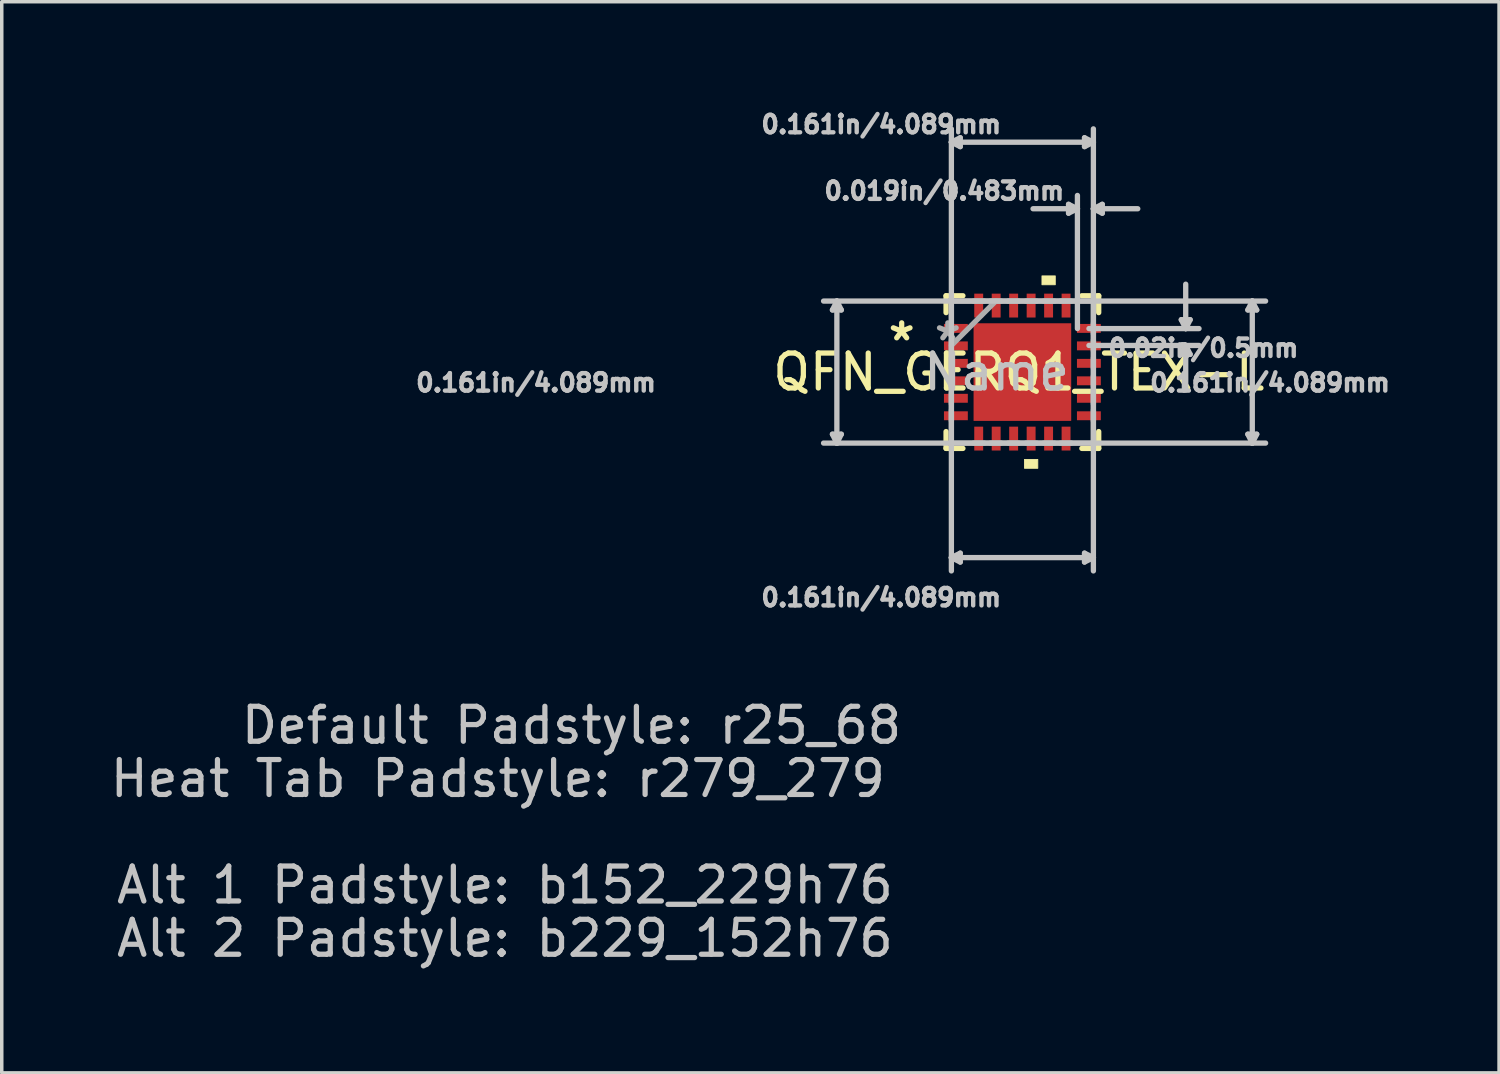
<source format=kicad_pcb>
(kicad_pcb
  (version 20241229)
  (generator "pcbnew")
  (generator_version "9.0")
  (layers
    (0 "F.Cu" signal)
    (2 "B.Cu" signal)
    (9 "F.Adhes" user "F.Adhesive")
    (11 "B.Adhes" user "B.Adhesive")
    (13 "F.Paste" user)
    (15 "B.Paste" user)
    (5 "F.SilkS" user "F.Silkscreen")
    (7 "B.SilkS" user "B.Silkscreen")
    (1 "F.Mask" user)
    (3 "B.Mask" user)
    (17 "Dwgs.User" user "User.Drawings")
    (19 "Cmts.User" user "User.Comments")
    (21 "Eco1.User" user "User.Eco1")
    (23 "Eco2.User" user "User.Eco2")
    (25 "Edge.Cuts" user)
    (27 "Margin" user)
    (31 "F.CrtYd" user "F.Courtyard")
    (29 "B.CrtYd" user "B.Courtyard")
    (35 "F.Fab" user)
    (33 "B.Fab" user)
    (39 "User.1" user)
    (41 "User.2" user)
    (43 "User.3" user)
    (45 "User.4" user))
  (footprint "QFN_GERQ1_TEX-L"
    (layer "F.Cu")
    (at 26.208 7.598)
    (property "Reference" "QFN_GERQ1_TEX-L" (at -0.102 0 0) (layer "F.SilkS") (effects (font (size 1 1) (thickness 0.15))))
    (attr smd)
    (fp_line (start -2.184 -2.184) (end -2.184 -1.702) (stroke (width 0.152) (type solid)) (layer "F.SilkS"))
    (fp_line (start -2.184 1.702) (end -2.184 2.184) (stroke (width 0.152) (type solid)) (layer "F.SilkS"))
    (fp_line (start -2.184 2.184) (end -1.702 2.184) (stroke (width 0.152) (type solid)) (layer "F.SilkS"))
    (fp_line (start -1.702 -2.184) (end -2.184 -2.184) (stroke (width 0.152) (type solid)) (layer "F.SilkS"))
    (fp_line (start 1.702 2.184) (end 2.184 2.184) (stroke (width 0.152) (type solid)) (layer "F.SilkS"))
    (fp_line (start 2.184 -2.184) (end 1.702 -2.184) (stroke (width 0.152) (type solid)) (layer "F.SilkS"))
    (fp_line (start 2.184 -1.702) (end 2.184 -2.184) (stroke (width 0.152) (type solid)) (layer "F.SilkS"))
    (fp_line (start 2.184 2.184) (end 2.184 1.702) (stroke (width 0.152) (type solid)) (layer "F.SilkS"))
    (fp_poly (pts (xy 0.06 2.499) (xy 0.06 2.753) (xy 0.441 2.753) (xy 0.441 2.499)) (stroke (width 0.025) (type solid)) (fill yes) (layer "F.SilkS"))
    (fp_poly (pts (xy 0.56 -2.499) (xy 0.56 -2.753) (xy 0.941 -2.753) (xy 0.941 -2.499)) (stroke (width 0.025) (type solid)) (fill yes) (layer "F.SilkS"))
    (fp_poly (pts (xy -1.297 -1.297) (xy -1.297 -0.1) (xy -0.1 -0.1) (xy -0.1 -1.297)) (stroke (width 0.025) (type solid)) (fill yes) (layer "F.Paste"))
    (fp_poly (pts (xy -1.297 0.1) (xy -1.297 1.297) (xy -0.1 1.297) (xy -0.1 0.1)) (stroke (width 0.025) (type solid)) (fill yes) (layer "F.Paste"))
    (fp_poly (pts (xy 0.1 -1.297) (xy 0.1 -0.1) (xy 1.297 -0.1) (xy 1.297 -1.297)) (stroke (width 0.025) (type solid)) (fill yes) (layer "F.Paste"))
    (fp_poly (pts (xy 0.1 0.1) (xy 0.1 1.297) (xy 1.297 1.297) (xy 1.297 0.1)) (stroke (width 0.025) (type solid)) (fill yes) (layer "F.Paste"))
    (fp_line (start -5.436 -1.778) (end -5.182 -1.778) (stroke (width 0.152) (type solid)) (layer "Dwgs.User"))
    (fp_line (start -5.436 1.778) (end -5.182 1.778) (stroke (width 0.152) (type solid)) (layer "Dwgs.User"))
    (fp_line (start -5.309 -2.032) (end -5.69 -2.032) (stroke (width 0.152) (type solid)) (layer "Dwgs.User"))
    (fp_line (start -5.309 -2.032) (end -5.436 -1.778) (stroke (width 0.152) (type solid)) (layer "Dwgs.User"))
    (fp_line (start -5.309 -2.032) (end -5.309 2.032) (stroke (width 0.152) (type solid)) (layer "Dwgs.User"))
    (fp_line (start -5.309 -2.032) (end -5.182 -1.778) (stroke (width 0.152) (type solid)) (layer "Dwgs.User"))
    (fp_line (start -5.309 2.032) (end -5.69 2.032) (stroke (width 0.152) (type solid)) (layer "Dwgs.User"))
    (fp_line (start -5.309 2.032) (end -5.436 1.778) (stroke (width 0.152) (type solid)) (layer "Dwgs.User"))
    (fp_line (start -5.309 2.032) (end -5.182 1.778) (stroke (width 0.152) (type solid)) (layer "Dwgs.User"))
    (fp_line (start -2.032 -6.579) (end -2.032 -6.96) (stroke (width 0.152) (type solid)) (layer "Dwgs.User"))
    (fp_line (start -2.032 -6.579) (end -1.778 -6.706) (stroke (width 0.152) (type solid)) (layer "Dwgs.User"))
    (fp_line (start -2.032 -6.579) (end -1.778 -6.452) (stroke (width 0.152) (type solid)) (layer "Dwgs.User"))
    (fp_line (start -2.032 -6.579) (end 2.032 -6.579) (stroke (width 0.152) (type solid)) (layer "Dwgs.User"))
    (fp_line (start -2.032 -2.032) (end -5.309 -2.032) (stroke (width 0.152) (type solid)) (layer "Dwgs.User"))
    (fp_line (start -2.032 -2.032) (end -2.032 -6.579) (stroke (width 0.152) (type solid)) (layer "Dwgs.User"))
    (fp_line (start -2.032 -2.032) (end -2.032 5.309) (stroke (width 0.152) (type solid)) (layer "Dwgs.User"))
    (fp_line (start -2.032 5.309) (end -2.032 5.69) (stroke (width 0.152) (type solid)) (layer "Dwgs.User"))
    (fp_line (start -2.032 5.309) (end -1.778 5.182) (stroke (width 0.152) (type solid)) (layer "Dwgs.User"))
    (fp_line (start -2.032 5.309) (end -1.778 5.436) (stroke (width 0.152) (type solid)) (layer "Dwgs.User"))
    (fp_line (start -2.032 5.309) (end 2.032 5.309) (stroke (width 0.152) (type solid)) (layer "Dwgs.User"))
    (fp_line (start -1.778 -6.706) (end -1.778 -6.452) (stroke (width 0.152) (type solid)) (layer "Dwgs.User"))
    (fp_line (start -1.778 5.182) (end -1.778 5.436) (stroke (width 0.152) (type solid)) (layer "Dwgs.User"))
    (fp_line (start 1.321 -4.801) (end 1.321 -4.547) (stroke (width 0.152) (type solid)) (layer "Dwgs.User"))
    (fp_line (start 1.575 -4.674) (end 0.305 -4.674) (stroke (width 0.152) (type solid)) (layer "Dwgs.User"))
    (fp_line (start 1.575 -4.674) (end 1.321 -4.801) (stroke (width 0.152) (type solid)) (layer "Dwgs.User"))
    (fp_line (start 1.575 -4.674) (end 1.321 -4.547) (stroke (width 0.152) (type solid)) (layer "Dwgs.User"))
    (fp_line (start 1.575 -4.674) (end 1.575 -5.055) (stroke (width 0.152) (type solid)) (layer "Dwgs.User"))
    (fp_line (start 1.575 -1.245) (end 1.575 -4.674) (stroke (width 0.152) (type solid)) (layer "Dwgs.User"))
    (fp_line (start 1.778 -6.706) (end 1.778 -6.452) (stroke (width 0.152) (type solid)) (layer "Dwgs.User"))
    (fp_line (start 1.778 5.182) (end 1.778 5.436) (stroke (width 0.152) (type solid)) (layer "Dwgs.User"))
    (fp_line (start 1.905 -1.245) (end 2.032 -1.245) (stroke (width 0.152) (type solid)) (layer "Dwgs.User"))
    (fp_line (start 1.905 -0.762) (end 4.674 -0.762) (stroke (width 0.152) (type solid)) (layer "Dwgs.User"))
    (fp_line (start 2.032 -6.579) (end 1.778 -6.706) (stroke (width 0.152) (type solid)) (layer "Dwgs.User"))
    (fp_line (start 2.032 -6.579) (end 1.778 -6.452) (stroke (width 0.152) (type solid)) (layer "Dwgs.User"))
    (fp_line (start 2.032 -6.579) (end 2.032 -6.96) (stroke (width 0.152) (type solid)) (layer "Dwgs.User"))
    (fp_line (start 2.032 -4.674) (end 2.032 -6.579) (stroke (width 0.152) (type solid)) (layer "Dwgs.User"))
    (fp_line (start 2.032 -4.674) (end 2.286 -4.801) (stroke (width 0.152) (type solid)) (layer "Dwgs.User"))
    (fp_line (start 2.032 -4.674) (end 2.286 -4.547) (stroke (width 0.152) (type solid)) (layer "Dwgs.User"))
    (fp_line (start 2.032 -4.674) (end 3.302 -4.674) (stroke (width 0.152) (type solid)) (layer "Dwgs.User"))
    (fp_line (start 2.032 -2.032) (end -2.032 -2.032) (stroke (width 0.152) (type solid)) (layer "Dwgs.User"))
    (fp_line (start 2.032 -2.032) (end 2.032 -4.674) (stroke (width 0.152) (type solid)) (layer "Dwgs.User"))
    (fp_line (start 2.032 -2.032) (end 6.579 -2.032) (stroke (width 0.152) (type solid)) (layer "Dwgs.User"))
    (fp_line (start 2.032 -1.245) (end 2.032 -2.032) (stroke (width 0.152) (type solid)) (layer "Dwgs.User"))
    (fp_line (start 2.032 -1.245) (end 2.032 5.309) (stroke (width 0.152) (type solid)) (layer "Dwgs.User"))
    (fp_line (start 2.032 -1.245) (end 4.674 -1.245) (stroke (width 0.152) (type solid)) (layer "Dwgs.User"))
    (fp_line (start 2.032 5.309) (end 1.778 5.182) (stroke (width 0.152) (type solid)) (layer "Dwgs.User"))
    (fp_line (start 2.032 5.309) (end 1.778 5.436) (stroke (width 0.152) (type solid)) (layer "Dwgs.User"))
    (fp_line (start 2.032 5.309) (end 2.032 5.69) (stroke (width 0.152) (type solid)) (layer "Dwgs.User"))
    (fp_line (start 2.286 -4.801) (end 2.286 -4.547) (stroke (width 0.152) (type solid)) (layer "Dwgs.User"))
    (fp_line (start 4.547 -1.499) (end 4.801 -1.499) (stroke (width 0.152) (type solid)) (layer "Dwgs.User"))
    (fp_line (start 4.547 -0.508) (end 4.801 -0.508) (stroke (width 0.152) (type solid)) (layer "Dwgs.User"))
    (fp_line (start 4.674 -1.245) (end 4.547 -1.499) (stroke (width 0.152) (type solid)) (layer "Dwgs.User"))
    (fp_line (start 4.674 -1.245) (end 4.674 -2.515) (stroke (width 0.152) (type solid)) (layer "Dwgs.User"))
    (fp_line (start 4.674 -1.245) (end 4.801 -1.499) (stroke (width 0.152) (type solid)) (layer "Dwgs.User"))
    (fp_line (start 4.674 -1.245) (end 5.055 -1.245) (stroke (width 0.152) (type solid)) (layer "Dwgs.User"))
    (fp_line (start 4.674 -0.762) (end 4.547 -0.508) (stroke (width 0.152) (type solid)) (layer "Dwgs.User"))
    (fp_line (start 4.674 -0.762) (end 4.674 0.508) (stroke (width 0.152) (type solid)) (layer "Dwgs.User"))
    (fp_line (start 4.674 -0.762) (end 4.801 -0.508) (stroke (width 0.152) (type solid)) (layer "Dwgs.User"))
    (fp_line (start 4.674 -0.762) (end 5.055 -0.762) (stroke (width 0.152) (type solid)) (layer "Dwgs.User"))
    (fp_line (start 6.452 -1.778) (end 6.706 -1.778) (stroke (width 0.152) (type solid)) (layer "Dwgs.User"))
    (fp_line (start 6.452 1.778) (end 6.706 1.778) (stroke (width 0.152) (type solid)) (layer "Dwgs.User"))
    (fp_line (start 6.579 -2.032) (end 6.452 -1.778) (stroke (width 0.152) (type solid)) (layer "Dwgs.User"))
    (fp_line (start 6.579 -2.032) (end 6.579 2.032) (stroke (width 0.152) (type solid)) (layer "Dwgs.User"))
    (fp_line (start 6.579 -2.032) (end 6.706 -1.778) (stroke (width 0.152) (type solid)) (layer "Dwgs.User"))
    (fp_line (start 6.579 -2.032) (end 6.96 -2.032) (stroke (width 0.152) (type solid)) (layer "Dwgs.User"))
    (fp_line (start 6.579 2.032) (end -5.309 2.032) (stroke (width 0.152) (type solid)) (layer "Dwgs.User"))
    (fp_line (start 6.579 2.032) (end 6.452 1.778) (stroke (width 0.152) (type solid)) (layer "Dwgs.User"))
    (fp_line (start 6.579 2.032) (end 6.706 1.778) (stroke (width 0.152) (type solid)) (layer "Dwgs.User"))
    (fp_line (start 6.579 2.032) (end 6.96 2.032) (stroke (width 0.152) (type solid)) (layer "Dwgs.User"))
    (fp_line (start -2.032 -2.032) (end -2.032 2.032) (stroke (width 0.152) (type solid)) (layer "F.Fab"))
    (fp_line (start -2.032 -1.397) (end -2.032 -1.092) (stroke (width 0.152) (type solid)) (layer "F.Fab"))
    (fp_line (start -2.032 -0.914) (end -2.032 -0.61) (stroke (width 0.152) (type solid)) (layer "F.Fab"))
    (fp_line (start -2.032 -0.762) (end -0.762 -2.032) (stroke (width 0.152) (type solid)) (layer "F.Fab"))
    (fp_line (start -2.032 -0.406) (end -2.032 -0.102) (stroke (width 0.152) (type solid)) (layer "F.Fab"))
    (fp_line (start -2.032 0.102) (end -2.032 0.406) (stroke (width 0.152) (type solid)) (layer "F.Fab"))
    (fp_line (start -2.032 0.61) (end -2.032 0.914) (stroke (width 0.152) (type solid)) (layer "F.Fab"))
    (fp_line (start -2.032 1.092) (end -2.032 1.397) (stroke (width 0.152) (type solid)) (layer "F.Fab"))
    (fp_line (start -2.032 2.032) (end 2.032 2.032) (stroke (width 0.152) (type solid)) (layer "F.Fab"))
    (fp_line (start -1.397 2.032) (end -1.092 2.032) (stroke (width 0.152) (type solid)) (layer "F.Fab"))
    (fp_line (start -1.092 -2.032) (end -1.397 -2.032) (stroke (width 0.152) (type solid)) (layer "F.Fab"))
    (fp_line (start -0.914 2.032) (end -0.61 2.032) (stroke (width 0.152) (type solid)) (layer "F.Fab"))
    (fp_line (start -0.61 -2.032) (end -0.914 -2.032) (stroke (width 0.152) (type solid)) (layer "F.Fab"))
    (fp_line (start -0.406 2.032) (end -0.102 2.032) (stroke (width 0.152) (type solid)) (layer "F.Fab"))
    (fp_line (start -0.102 -2.032) (end -0.406 -2.032) (stroke (width 0.152) (type solid)) (layer "F.Fab"))
    (fp_line (start 0.102 2.032) (end 0.406 2.032) (stroke (width 0.152) (type solid)) (layer "F.Fab"))
    (fp_line (start 0.406 -2.032) (end 0.102 -2.032) (stroke (width 0.152) (type solid)) (layer "F.Fab"))
    (fp_line (start 0.61 2.032) (end 0.914 2.032) (stroke (width 0.152) (type solid)) (layer "F.Fab"))
    (fp_line (start 0.914 -2.032) (end 0.61 -2.032) (stroke (width 0.152) (type solid)) (layer "F.Fab"))
    (fp_line (start 1.092 2.032) (end 1.397 2.032) (stroke (width 0.152) (type solid)) (layer "F.Fab"))
    (fp_line (start 1.397 -2.032) (end 1.092 -2.032) (stroke (width 0.152) (type solid)) (layer "F.Fab"))
    (fp_line (start 2.032 -2.032) (end -2.032 -2.032) (stroke (width 0.152) (type solid)) (layer "F.Fab"))
    (fp_line (start 2.032 -1.092) (end 2.032 -1.397) (stroke (width 0.152) (type solid)) (layer "F.Fab"))
    (fp_line (start 2.032 -0.61) (end 2.032 -0.914) (stroke (width 0.152) (type solid)) (layer "F.Fab"))
    (fp_line (start 2.032 -0.102) (end 2.032 -0.406) (stroke (width 0.152) (type solid)) (layer "F.Fab"))
    (fp_line (start 2.032 0.406) (end 2.032 0.102) (stroke (width 0.152) (type solid)) (layer "F.Fab"))
    (fp_line (start 2.032 0.914) (end 2.032 0.61) (stroke (width 0.152) (type solid)) (layer "F.Fab"))
    (fp_line (start 2.032 1.397) (end 2.032 1.092) (stroke (width 0.152) (type solid)) (layer "F.Fab"))
    (fp_line (start 2.032 2.032) (end 2.032 -2.032) (stroke (width 0.152) (type solid)) (layer "F.Fab"))
    (fp_text user "*" (at -3.454 -0.864 0) (layer "F.SilkS") (effects (font (size 1 1) (thickness 0.15))))
    (fp_text user "0.161in/4.089mm" (at -4.039 -7.087 0) (layer "Dwgs.User") (effects (font (size 0.5 0.5) (thickness 0.15))))
    (fp_text user "Alt 2 Padstyle: b229_152h76" (at -14.808 16.205 0) (layer "Dwgs.User") (effects (font (size 1 1) (thickness 0.15))))
    (fp_text user "0.161in/4.089mm" (at -13.919 0.305 0) (layer "Dwgs.User") (effects (font (size 0.5 0.5) (thickness 0.15))))
    (fp_text user "Name" (at -0.737 0 0) (layer "Dwgs.User") (effects (font (size 1 1) (thickness 0.15))))
    (fp_text user "0.02in/0.5mm" (at 5.182 -0.686 0) (layer "Dwgs.User") (effects (font (size 0.5 0.5) (thickness 0.15))))
    (fp_text user "Default Padstyle: r25_68" (at -12.903 10.109 0) (layer "Dwgs.User") (effects (font (size 1 1) (thickness 0.15))))
    (fp_text user "0.019in/0.483mm" (at -2.235 -5.182 0) (layer "Dwgs.User") (effects (font (size 0.5 0.5) (thickness 0.15))))
    (fp_text user "Heat Tab Padstyle: r279_279" (at -15.011 11.633 0) (layer "Dwgs.User") (effects (font (size 1 1) (thickness 0.15))))
    (fp_text user "0.161in/4.089mm" (at -4.039 6.452 0) (layer "Dwgs.User") (effects (font (size 0.5 0.5) (thickness 0.15))))
    (fp_text user "Alt 1 Padstyle: b152_229h76" (at -14.808 14.681 0) (layer "Dwgs.User") (effects (font (size 1 1) (thickness 0.15))))
    (fp_text user "0.161in/4.089mm" (at 7.087 0.305 0) (layer "Dwgs.User") (effects (font (size 0.5 0.5) (thickness 0.15))))
    (fp_text user "*" (at -2.134 -0.864 0) (layer "F.Fab") (effects (font (size 1 1) (thickness 0.15))))
    (pad "1" smd rect (at -1.903 -1.25) (size 0.683 0.255) (layers "F.Cu" "F.Mask" "F.Paste"))
    (pad "2" smd rect (at -1.903 -0.75) (size 0.683 0.255) (layers "F.Cu" "F.Mask" "F.Paste"))
    (pad "3" smd rect (at -1.903 -0.25) (size 0.683 0.255) (layers "F.Cu" "F.Mask" "F.Paste"))
    (pad "4" smd rect (at -1.903 0.25) (size 0.683 0.255) (layers "F.Cu" "F.Mask" "F.Paste"))
    (pad "5" smd rect (at -1.903 0.75) (size 0.683 0.255) (layers "F.Cu" "F.Mask" "F.Paste"))
    (pad "6" smd rect (at -1.903 1.25) (size 0.683 0.255) (layers "F.Cu" "F.Mask" "F.Paste"))
    (pad "7" smd rect (at -1.25 1.903) (size 0.255 0.683) (layers "F.Cu" "F.Mask" "F.Paste"))
    (pad "8" smd rect (at -0.75 1.903) (size 0.255 0.683) (layers "F.Cu" "F.Mask" "F.Paste"))
    (pad "9" smd rect (at -0.25 1.903) (size 0.255 0.683) (layers "F.Cu" "F.Mask" "F.Paste"))
    (pad "10" smd rect (at 0.25 1.903) (size 0.255 0.683) (layers "F.Cu" "F.Mask" "F.Paste"))
    (pad "11" smd rect (at 0.75 1.903) (size 0.255 0.683) (layers "F.Cu" "F.Mask" "F.Paste"))
    (pad "12" smd rect (at 1.25 1.903) (size 0.255 0.683) (layers "F.Cu" "F.Mask" "F.Paste"))
    (pad "13" smd rect (at 1.903 1.25) (size 0.683 0.255) (layers "F.Cu" "F.Mask" "F.Paste"))
    (pad "14" smd rect (at 1.903 0.75) (size 0.683 0.255) (layers "F.Cu" "F.Mask" "F.Paste"))
    (pad "15" smd rect (at 1.903 0.25) (size 0.683 0.255) (layers "F.Cu" "F.Mask" "F.Paste"))
    (pad "16" smd rect (at 1.903 -0.25) (size 0.683 0.255) (layers "F.Cu" "F.Mask" "F.Paste"))
    (pad "17" smd rect (at 1.903 -0.75) (size 0.683 0.255) (layers "F.Cu" "F.Mask" "F.Paste"))
    (pad "18" smd rect (at 1.903 -1.25) (size 0.683 0.255) (layers "F.Cu" "F.Mask" "F.Paste"))
    (pad "19" smd rect (at 1.25 -1.903) (size 0.255 0.683) (layers "F.Cu" "F.Mask" "F.Paste"))
    (pad "20" smd rect (at 0.75 -1.903) (size 0.255 0.683) (layers "F.Cu" "F.Mask" "F.Paste"))
    (pad "21" smd rect (at 0.25 -1.903) (size 0.255 0.683) (layers "F.Cu" "F.Mask" "F.Paste"))
    (pad "22" smd rect (at -0.25 -1.903) (size 0.255 0.683) (layers "F.Cu" "F.Mask" "F.Paste"))
    (pad "23" smd rect (at -0.75 -1.903) (size 0.255 0.683) (layers "F.Cu" "F.Mask" "F.Paste"))
    (pad "24" smd rect (at -1.25 -1.903) (size 0.255 0.683) (layers "F.Cu" "F.Mask" "F.Paste"))
    (pad "25" smd rect (at 0 0) (size 2.794 2.794) (layers "F.Cu" "F.Mask")))
  (gr_rect
    (start -3 -3)
    (end 39.849 27.652)
    (stroke (width 0.1) (type default))
    (fill no)
    (layer "Edge.Cuts")))
</source>
